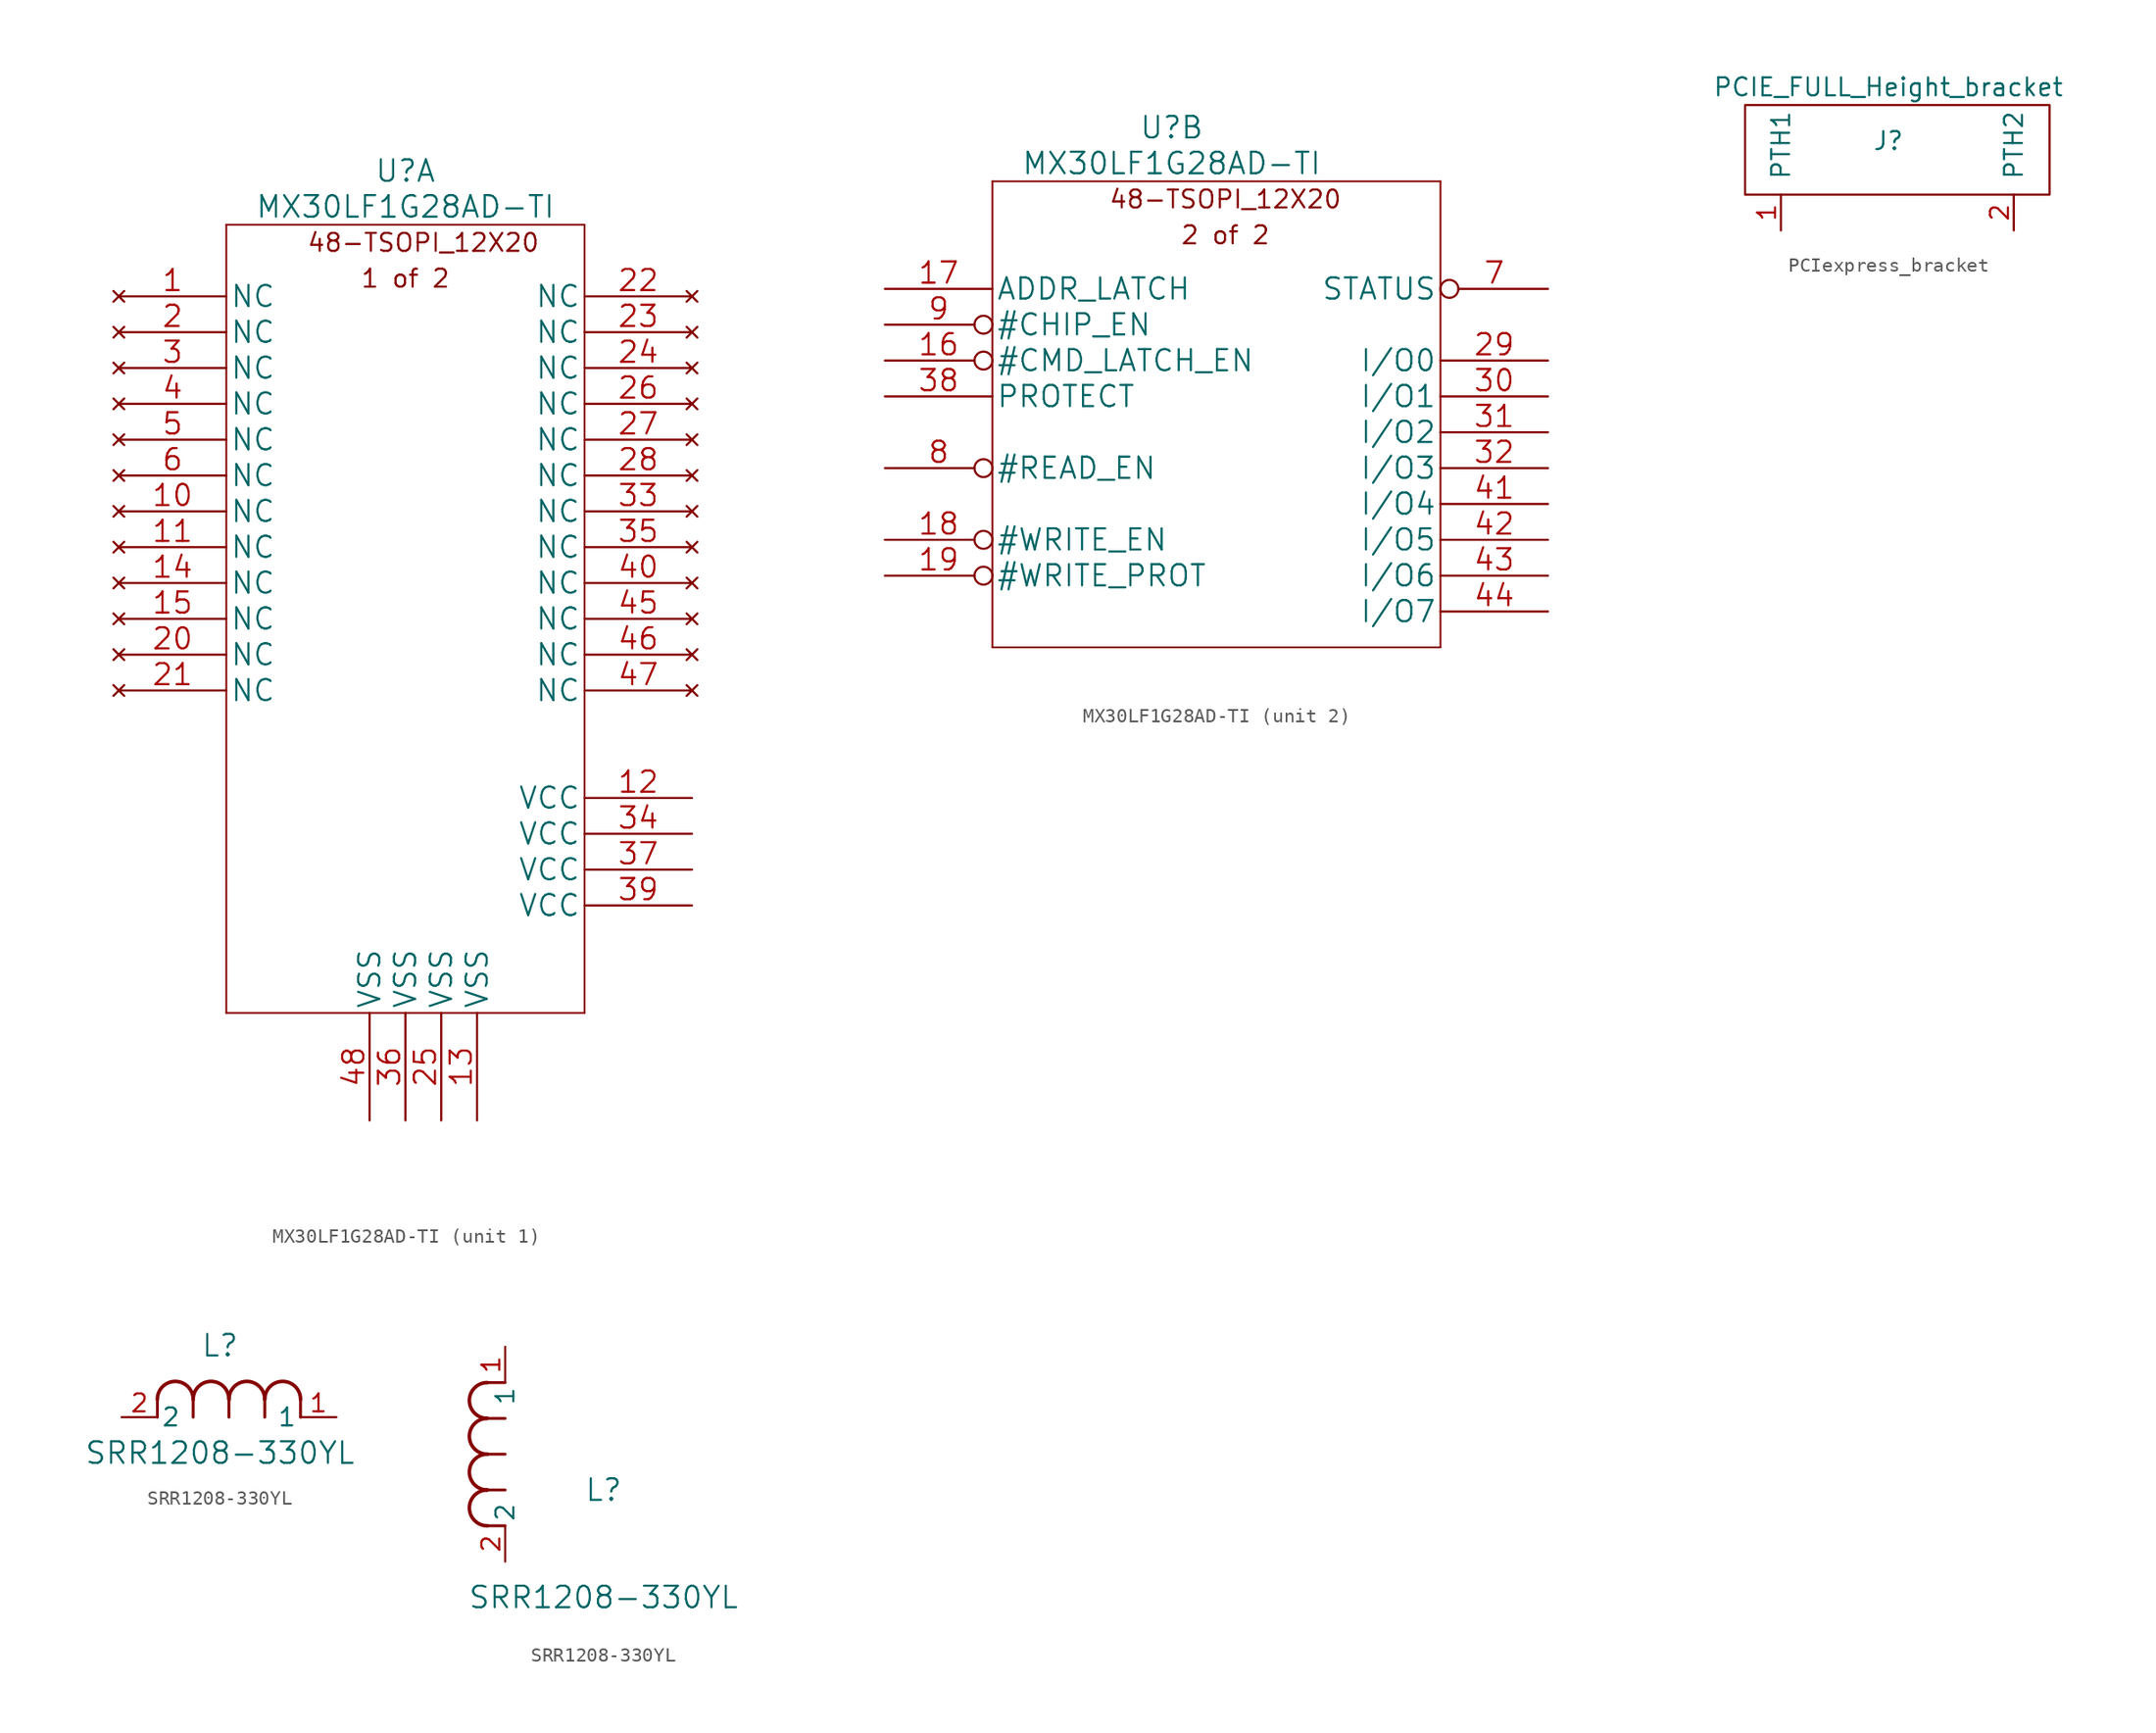
<source format=kicad_sym>
(kicad_symbol_lib
  (version 20220914)
  (generator kicad_symbol_editor)
  (symbol "MX30LF1G28AD-TI"
    (pin_names
      (offset 0.254))
    (property "Reference" "U"
      (at 12.7 3.81 0)
      (effects (font (size 1.524 1.524))))
    (property "Value" "MX30LF1G28AD-TI"
      (at 12.7 1.27 0)
      (effects (font (size 1.524 1.524))))
    (property "Datasheet" ""
      (at -7.62 -7.62 0)
      (effects (font (size 1.524 1.524))))
    (symbol "MX30LF1G28AD-TI_1_0"
      (text "1 of 2" (at 12.7 -3.81 0) (effects (font (size 1.27 1.27)))))
    (symbol "MX30LF1G28AD-TI_1_1"
      (polyline (pts (xy 0 -55.88) (xy 25.4 -55.88)) (stroke (width 0.127) (type solid)) (fill (type none)))
      (polyline (pts (xy 0 0) (xy 0 -55.88)) (stroke (width 0.127) (type solid)) (fill (type none)))
      (polyline (pts (xy 25.4 -55.88) (xy 25.4 0)) (stroke (width 0.127) (type solid)) (fill (type none)))
      (polyline (pts (xy 25.4 0) (xy 0 0)) (stroke (width 0.127) (type solid)) (fill (type none)))
      (text "48-TSOPI_12X20" (at 13.97 -1.27 0) (effects (font (size 1.27 1.27))))
      (pin no_connect line (at -7.62 -5.08 0) (length 7.62) (name "NC" (effects (font (size 1.499 1.499)))) (number "1" (effects (font (size 1.499 1.499)))))
      (pin no_connect line (at -7.62 -20.32 0) (length 7.62) (name "NC" (effects (font (size 1.499 1.499)))) (number "10" (effects (font (size 1.499 1.499)))))
      (pin no_connect line (at -7.62 -22.86 0) (length 7.62) (name "NC" (effects (font (size 1.499 1.499)))) (number "11" (effects (font (size 1.499 1.499)))))
      (pin power_in line (at 33.02 -40.64 180) (length 7.62) (name "VCC" (effects (font (size 1.499 1.499)))) (number "12" (effects (font (size 1.499 1.499)))))
      (pin power_in line (at 17.78 -63.5 90) (length 7.62) (name "VSS" (effects (font (size 1.499 1.499)))) (number "13" (effects (font (size 1.499 1.499)))))
      (pin no_connect line (at -7.62 -25.4 0) (length 7.62) (name "NC" (effects (font (size 1.499 1.499)))) (number "14" (effects (font (size 1.499 1.499)))))
      (pin no_connect line (at -7.62 -27.94 0) (length 7.62) (name "NC" (effects (font (size 1.499 1.499)))) (number "15" (effects (font (size 1.499 1.499)))))
      (pin no_connect line (at -7.62 -7.62 0) (length 7.62) (name "NC" (effects (font (size 1.499 1.499)))) (number "2" (effects (font (size 1.499 1.499)))))
      (pin no_connect line (at -7.62 -30.48 0) (length 7.62) (name "NC" (effects (font (size 1.499 1.499)))) (number "20" (effects (font (size 1.499 1.499)))))
      (pin no_connect line (at -7.62 -33.02 0) (length 7.62) (name "NC" (effects (font (size 1.499 1.499)))) (number "21" (effects (font (size 1.499 1.499)))))
      (pin no_connect line (at 33.02 -5.08 180) (length 7.62) (name "NC" (effects (font (size 1.499 1.499)))) (number "22" (effects (font (size 1.499 1.499)))))
      (pin no_connect line (at 33.02 -7.62 180) (length 7.62) (name "NC" (effects (font (size 1.499 1.499)))) (number "23" (effects (font (size 1.499 1.499)))))
      (pin no_connect line (at 33.02 -10.16 180) (length 7.62) (name "NC" (effects (font (size 1.499 1.499)))) (number "24" (effects (font (size 1.499 1.499)))))
      (pin power_in line (at 15.24 -63.5 90) (length 7.62) (name "VSS" (effects (font (size 1.499 1.499)))) (number "25" (effects (font (size 1.499 1.499)))))
      (pin no_connect line (at 33.02 -12.7 180) (length 7.62) (name "NC" (effects (font (size 1.499 1.499)))) (number "26" (effects (font (size 1.499 1.499)))))
      (pin no_connect line (at 33.02 -15.24 180) (length 7.62) (name "NC" (effects (font (size 1.499 1.499)))) (number "27" (effects (font (size 1.499 1.499)))))
      (pin no_connect line (at 33.02 -17.78 180) (length 7.62) (name "NC" (effects (font (size 1.499 1.499)))) (number "28" (effects (font (size 1.499 1.499)))))
      (pin no_connect line (at -7.62 -10.16 0) (length 7.62) (name "NC" (effects (font (size 1.499 1.499)))) (number "3" (effects (font (size 1.499 1.499)))))
      (pin no_connect line (at 33.02 -20.32 180) (length 7.62) (name "NC" (effects (font (size 1.499 1.499)))) (number "33" (effects (font (size 1.499 1.499)))))
      (pin power_in line (at 33.02 -43.18 180) (length 7.62) (name "VCC" (effects (font (size 1.499 1.499)))) (number "34" (effects (font (size 1.499 1.499)))))
      (pin no_connect line (at 33.02 -22.86 180) (length 7.62) (name "NC" (effects (font (size 1.499 1.499)))) (number "35" (effects (font (size 1.499 1.499)))))
      (pin power_in line (at 12.7 -63.5 90) (length 7.62) (name "VSS" (effects (font (size 1.499 1.499)))) (number "36" (effects (font (size 1.499 1.499)))))
      (pin power_in line (at 33.02 -45.72 180) (length 7.62) (name "VCC" (effects (font (size 1.499 1.499)))) (number "37" (effects (font (size 1.499 1.499)))))
      (pin power_in line (at 33.02 -48.26 180) (length 7.62) (name "VCC" (effects (font (size 1.499 1.499)))) (number "39" (effects (font (size 1.499 1.499)))))
      (pin no_connect line (at -7.62 -12.7 0) (length 7.62) (name "NC" (effects (font (size 1.499 1.499)))) (number "4" (effects (font (size 1.499 1.499)))))
      (pin no_connect line (at 33.02 -25.4 180) (length 7.62) (name "NC" (effects (font (size 1.499 1.499)))) (number "40" (effects (font (size 1.499 1.499)))))
      (pin no_connect line (at 33.02 -27.94 180) (length 7.62) (name "NC" (effects (font (size 1.499 1.499)))) (number "45" (effects (font (size 1.499 1.499)))))
      (pin no_connect line (at 33.02 -30.48 180) (length 7.62) (name "NC" (effects (font (size 1.499 1.499)))) (number "46" (effects (font (size 1.499 1.499)))))
      (pin no_connect line (at 33.02 -33.02 180) (length 7.62) (name "NC" (effects (font (size 1.499 1.499)))) (number "47" (effects (font (size 1.499 1.499)))))
      (pin power_in line (at 10.16 -63.5 90) (length 7.62) (name "VSS" (effects (font (size 1.499 1.499)))) (number "48" (effects (font (size 1.499 1.499)))))
      (pin no_connect line (at -7.62 -15.24 0) (length 7.62) (name "NC" (effects (font (size 1.499 1.499)))) (number "5" (effects (font (size 1.499 1.499)))))
      (pin no_connect line (at -7.62 -17.78 0) (length 7.62) (name "NC" (effects (font (size 1.499 1.499)))) (number "6" (effects (font (size 1.499 1.499))))))
    (symbol "MX30LF1G28AD-TI_2_0"
      (text "2 of 2" (at 16.51 -3.81 0) (effects (font (size 1.27 1.27)))))
    (symbol "MX30LF1G28AD-TI_2_1"
      (polyline (pts (xy 0 -33.02) (xy 31.75 -33.02)) (stroke (width 0.127) (type solid)) (fill (type none)))
      (polyline (pts (xy 0 0) (xy 0 -33.02)) (stroke (width 0.127) (type solid)) (fill (type none)))
      (polyline (pts (xy 31.75 -33.02) (xy 31.75 0)) (stroke (width 0.127) (type solid)) (fill (type none)))
      (polyline (pts (xy 31.75 0) (xy 0 0)) (stroke (width 0.127) (type solid)) (fill (type none)))
      (text "48-TSOPI_12X20" (at 16.51 -1.27 0) (effects (font (size 1.27 1.27))))
      (pin input inverted (at -7.62 -12.7 0) (length 7.62) (name "#CMD_LATCH_EN" (effects (font (size 1.499 1.499)))) (number "16" (effects (font (size 1.499 1.499)))))
      (pin input line (at -7.62 -7.62 0) (length 7.62) (name "ADDR_LATCH" (effects (font (size 1.499 1.499)))) (number "17" (effects (font (size 1.499 1.499)))))
      (pin input inverted (at -7.62 -25.4 0) (length 7.62) (name "#WRITE_EN" (effects (font (size 1.499 1.499)))) (number "18" (effects (font (size 1.499 1.499)))))
      (pin input inverted (at -7.62 -27.94 0) (length 7.62) (name "#WRITE_PROT" (effects (font (size 1.499 1.499)))) (number "19" (effects (font (size 1.499 1.499)))))
      (pin bidirectional line (at 39.37 -12.7 180) (length 7.62) (name "I/O0" (effects (font (size 1.499 1.499)))) (number "29" (effects (font (size 1.499 1.499)))))
      (pin bidirectional line (at 39.37 -15.24 180) (length 7.62) (name "I/O1" (effects (font (size 1.499 1.499)))) (number "30" (effects (font (size 1.499 1.499)))))
      (pin bidirectional line (at 39.37 -17.78 180) (length 7.62) (name "I/O2" (effects (font (size 1.499 1.499)))) (number "31" (effects (font (size 1.499 1.499)))))
      (pin bidirectional line (at 39.37 -20.32 180) (length 7.62) (name "I/O3" (effects (font (size 1.499 1.499)))) (number "32" (effects (font (size 1.499 1.499)))))
      (pin input line (at -7.62 -15.24 0) (length 7.62) (name "PROTECT" (effects (font (size 1.499 1.499)))) (number "38" (effects (font (size 1.499 1.499)))))
      (pin bidirectional line (at 39.37 -22.86 180) (length 7.62) (name "I/O4" (effects (font (size 1.499 1.499)))) (number "41" (effects (font (size 1.499 1.499)))))
      (pin bidirectional line (at 39.37 -25.4 180) (length 7.62) (name "I/O5" (effects (font (size 1.499 1.499)))) (number "42" (effects (font (size 1.499 1.499)))))
      (pin bidirectional line (at 39.37 -27.94 180) (length 7.62) (name "I/O6" (effects (font (size 1.499 1.499)))) (number "43" (effects (font (size 1.499 1.499)))))
      (pin bidirectional line (at 39.37 -30.48 180) (length 7.62) (name "I/O7" (effects (font (size 1.499 1.499)))) (number "44" (effects (font (size 1.499 1.499)))))
      (pin output inverted (at 39.37 -7.62 180) (length 7.62) (name "STATUS" (effects (font (size 1.499 1.499)))) (number "7" (effects (font (size 1.499 1.499)))))
      (pin input inverted (at -7.62 -20.32 0) (length 7.62) (name "#READ_EN" (effects (font (size 1.499 1.499)))) (number "8" (effects (font (size 1.499 1.499)))))
      (pin input inverted (at -7.62 -10.16 0) (length 7.62) (name "#CHIP_EN" (effects (font (size 1.499 1.499)))) (number "9" (effects (font (size 1.499 1.499)))))))
  (symbol "PCIexpress_bracket"
    (pin_names
      (offset 1.016))
    (property "Reference" "J"
      (at 0 0 0)
      (effects (font (size 1.27 1.27))))
    (property "Value" "PCIE_FULL_Height_bracket"
      (at 0 3.81 0)
      (effects (font (size 1.27 1.27))))
    (symbol "PCIexpress_bracket_0_1"
      (rectangle (start -10.16 2.54) (end 11.43 -3.81) (stroke (width 0) (type default)) (fill (type none))))
    (symbol "PCIexpress_bracket_1_1"
      (pin input line (at -7.62 -6.35 90) (length 2.54) (name "PTH1" (effects (font (size 1.27 1.27)))) (number "1" (effects (font (size 1.27 1.27)))))
      (pin input line (at 8.89 -6.35 90) (length 2.54) (name "PTH2" (effects (font (size 1.27 1.27)))) (number "2" (effects (font (size 1.27 1.27)))))))
  (symbol "SRR1208-330YL"
    (pin_names
      (offset 0.254))
    (property "Reference" "L"
      (at 6.985 5.08 0)
      (effects (font (size 1.524 1.524))))
    (property "Value" "SRR1208-330YL"
      (at 6.985 -2.54 0)
      (effects (font (size 1.524 1.524))))
    (property "ki_locked" ""
      (at 0 0 0)
      (effects (font (size 1.27 1.27))))
    (symbol "SRR1208-330YL_1_1"
      (polyline (pts (xy 2.54 0) (xy 2.54 1.27)) (stroke (width 0.203) (type default)) (fill (type none)))
      (polyline (pts (xy 5.08 0) (xy 5.08 1.27)) (stroke (width 0.203) (type default)) (fill (type none)))
      (polyline (pts (xy 7.62 0) (xy 7.62 1.27)) (stroke (width 0.203) (type default)) (fill (type none)))
      (polyline (pts (xy 10.16 0) (xy 10.16 1.27)) (stroke (width 0.203) (type default)) (fill (type none)))
      (polyline (pts (xy 12.7 0) (xy 12.7 1.27)) (stroke (width 0.203) (type default)) (fill (type none)))
      (arc (start 5.08 1.27) (mid 3.81 2.5345) (end 2.54 1.27) (stroke (width 0.254) (type default)) (fill (type none)))
      (arc (start 7.62 1.27) (mid 6.35 2.5345) (end 5.08 1.27) (stroke (width 0.254) (type default)) (fill (type none)))
      (arc (start 10.16 1.27) (mid 8.89 2.5345) (end 7.62 1.27) (stroke (width 0.254) (type default)) (fill (type none)))
      (arc (start 12.7 1.27) (mid 11.43 2.5345) (end 10.16 1.27) (stroke (width 0.254) (type default)) (fill (type none)))
      (pin unspecified line (at 15.24 0 180) (length 2.54) (name "1" (effects (font (size 1.27 1.27)))) (number "1" (effects (font (size 1.27 1.27)))))
      (pin unspecified line (at 0 0 0) (length 2.54) (name "2" (effects (font (size 1.27 1.27)))) (number "2" (effects (font (size 1.27 1.27))))))
    (symbol "SRR1208-330YL_1_2"
      (arc (start -1.27 5.08) (mid -2.5345 3.81) (end -1.27 2.54) (stroke (width 0.254) (type default)) (fill (type none)))
      (arc (start -1.27 7.62) (mid -2.5345 6.35) (end -1.27 5.08) (stroke (width 0.254) (type default)) (fill (type none)))
      (arc (start -1.27 10.16) (mid -2.5345 8.89) (end -1.27 7.62) (stroke (width 0.254) (type default)) (fill (type none)))
      (arc (start -1.27 12.7) (mid -2.5345 11.43) (end -1.27 10.16) (stroke (width 0.254) (type default)) (fill (type none)))
      (polyline (pts (xy 0 2.54) (xy -1.27 2.54)) (stroke (width 0.203) (type default)) (fill (type none)))
      (polyline (pts (xy 0 5.08) (xy -1.27 5.08)) (stroke (width 0.203) (type default)) (fill (type none)))
      (polyline (pts (xy 0 7.62) (xy -1.27 7.62)) (stroke (width 0.203) (type default)) (fill (type none)))
      (polyline (pts (xy 0 10.16) (xy -1.27 10.16)) (stroke (width 0.203) (type default)) (fill (type none)))
      (polyline (pts (xy 0 12.7) (xy -1.27 12.7)) (stroke (width 0.203) (type default)) (fill (type none)))
      (pin unspecified line (at 0 15.24 270) (length 2.54) (name "1" (effects (font (size 1.27 1.27)))) (number "1" (effects (font (size 1.27 1.27)))))
      (pin unspecified line (at 0 0 90) (length 2.54) (name "2" (effects (font (size 1.27 1.27)))) (number "2" (effects (font (size 1.27 1.27))))))))
</source>
